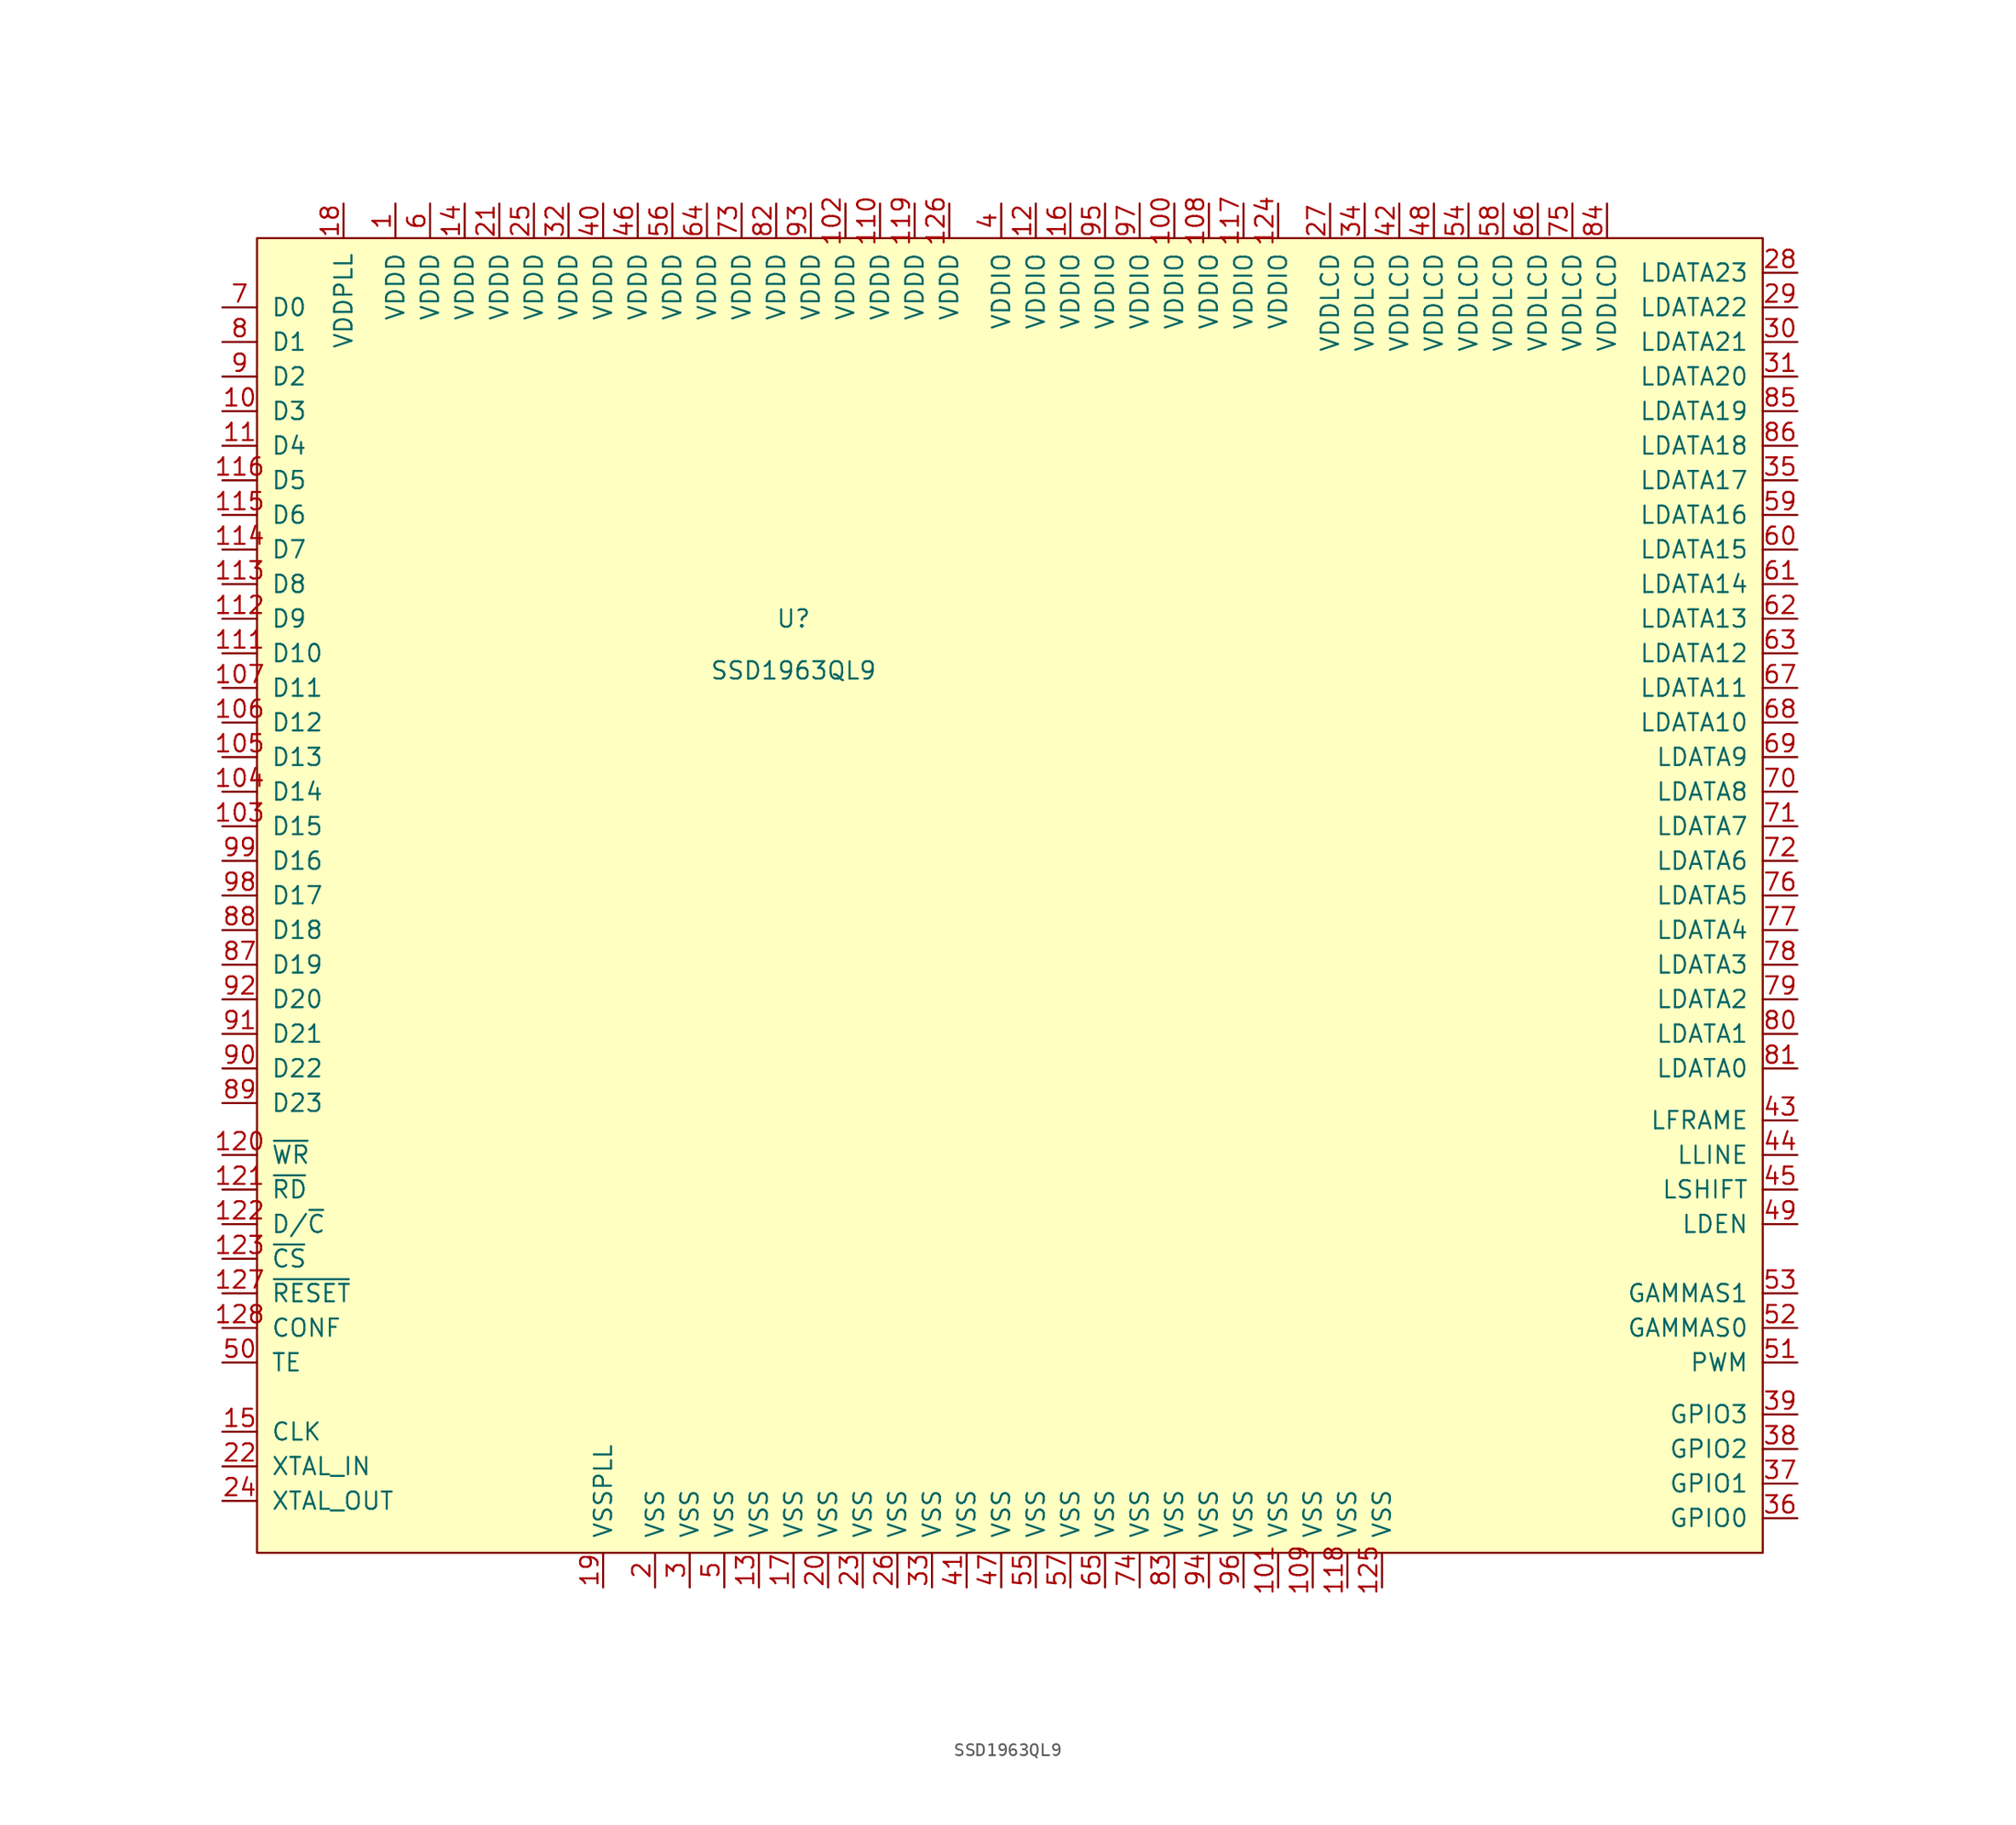
<source format=kicad_sym>
(kicad_symbol_lib
  (version 20231120)
  (generator "kicad_symbol_editor")
  (generator_version "8.0")
  (symbol "SSD1963QL9"
    (pin_names
      (offset 1.016))
    (property "Reference" "U"
      (at -12.7 16.51 0)
      (effects (font (size 1.27 1.27))))
    (property "Value" "SSD1963QL9"
      (at -12.7 12.7 0)
      (effects (font (size 1.27 1.27))))
    (symbol "SSD1963QL9_0_1"
      (rectangle (start -52.07 44.45) (end 58.42 -52.07) (stroke (width 0) (type default)) (fill (type background))))
    (symbol "SSD1963QL9_1_1"
      (pin power_in line (at -41.91 46.99 270) (length 2.54) (name "VDDD" (effects (font (size 1.27 1.27)))) (number "1" (effects (font (size 1.27 1.27)))))
      (pin input line (at -54.61 31.75 0) (length 2.54) (name "D3" (effects (font (size 1.27 1.27)))) (number "10" (effects (font (size 1.27 1.27)))))
      (pin power_in line (at 15.24 46.99 270) (length 2.54) (name "VDDIO" (effects (font (size 1.27 1.27)))) (number "100" (effects (font (size 1.27 1.27)))))
      (pin power_in line (at 22.86 -54.61 90) (length 2.54) (name "VSS" (effects (font (size 1.27 1.27)))) (number "101" (effects (font (size 1.27 1.27)))))
      (pin power_in line (at -8.89 46.99 270) (length 2.54) (name "VDDD" (effects (font (size 1.27 1.27)))) (number "102" (effects (font (size 1.27 1.27)))))
      (pin input line (at -54.61 1.27 0) (length 2.54) (name "D15" (effects (font (size 1.27 1.27)))) (number "103" (effects (font (size 1.27 1.27)))))
      (pin input line (at -54.61 3.81 0) (length 2.54) (name "D14" (effects (font (size 1.27 1.27)))) (number "104" (effects (font (size 1.27 1.27)))))
      (pin input line (at -54.61 6.35 0) (length 2.54) (name "D13" (effects (font (size 1.27 1.27)))) (number "105" (effects (font (size 1.27 1.27)))))
      (pin input line (at -54.61 8.89 0) (length 2.54) (name "D12" (effects (font (size 1.27 1.27)))) (number "106" (effects (font (size 1.27 1.27)))))
      (pin input line (at -54.61 11.43 0) (length 2.54) (name "D11" (effects (font (size 1.27 1.27)))) (number "107" (effects (font (size 1.27 1.27)))))
      (pin power_in line (at 17.78 46.99 270) (length 2.54) (name "VDDIO" (effects (font (size 1.27 1.27)))) (number "108" (effects (font (size 1.27 1.27)))))
      (pin power_in line (at 25.4 -54.61 90) (length 2.54) (name "VSS" (effects (font (size 1.27 1.27)))) (number "109" (effects (font (size 1.27 1.27)))))
      (pin input line (at -54.61 29.21 0) (length 2.54) (name "D4" (effects (font (size 1.27 1.27)))) (number "11" (effects (font (size 1.27 1.27)))))
      (pin power_in line (at -6.35 46.99 270) (length 2.54) (name "VDDD" (effects (font (size 1.27 1.27)))) (number "110" (effects (font (size 1.27 1.27)))))
      (pin input line (at -54.61 13.97 0) (length 2.54) (name "D10" (effects (font (size 1.27 1.27)))) (number "111" (effects (font (size 1.27 1.27)))))
      (pin input line (at -54.61 16.51 0) (length 2.54) (name "D9" (effects (font (size 1.27 1.27)))) (number "112" (effects (font (size 1.27 1.27)))))
      (pin input line (at -54.61 19.05 0) (length 2.54) (name "D8" (effects (font (size 1.27 1.27)))) (number "113" (effects (font (size 1.27 1.27)))))
      (pin input line (at -54.61 21.59 0) (length 2.54) (name "D7" (effects (font (size 1.27 1.27)))) (number "114" (effects (font (size 1.27 1.27)))))
      (pin input line (at -54.61 24.13 0) (length 2.54) (name "D6" (effects (font (size 1.27 1.27)))) (number "115" (effects (font (size 1.27 1.27)))))
      (pin input line (at -54.61 26.67 0) (length 2.54) (name "D5" (effects (font (size 1.27 1.27)))) (number "116" (effects (font (size 1.27 1.27)))))
      (pin power_in line (at 20.32 46.99 270) (length 2.54) (name "VDDIO" (effects (font (size 1.27 1.27)))) (number "117" (effects (font (size 1.27 1.27)))))
      (pin power_in line (at 27.94 -54.61 90) (length 2.54) (name "VSS" (effects (font (size 1.27 1.27)))) (number "118" (effects (font (size 1.27 1.27)))))
      (pin power_in line (at -3.81 46.99 270) (length 2.54) (name "VDDD" (effects (font (size 1.27 1.27)))) (number "119" (effects (font (size 1.27 1.27)))))
      (pin power_in line (at 5.08 46.99 270) (length 2.54) (name "VDDIO" (effects (font (size 1.27 1.27)))) (number "12" (effects (font (size 1.27 1.27)))))
      (pin input line (at -54.61 -22.86 0) (length 2.54) (name "~{WR}" (effects (font (size 1.27 1.27)))) (number "120" (effects (font (size 1.27 1.27)))))
      (pin input line (at -54.61 -25.4 0) (length 2.54) (name "~{RD}" (effects (font (size 1.27 1.27)))) (number "121" (effects (font (size 1.27 1.27)))))
      (pin input line (at -54.61 -27.94 0) (length 2.54) (name "D/~{C}" (effects (font (size 1.27 1.27)))) (number "122" (effects (font (size 1.27 1.27)))))
      (pin input line (at -54.61 -30.48 0) (length 2.54) (name "~{CS}" (effects (font (size 1.27 1.27)))) (number "123" (effects (font (size 1.27 1.27)))))
      (pin power_in line (at 22.86 46.99 270) (length 2.54) (name "VDDIO" (effects (font (size 1.27 1.27)))) (number "124" (effects (font (size 1.27 1.27)))))
      (pin power_in line (at 30.48 -54.61 90) (length 2.54) (name "VSS" (effects (font (size 1.27 1.27)))) (number "125" (effects (font (size 1.27 1.27)))))
      (pin power_in line (at -1.27 46.99 270) (length 2.54) (name "VDDD" (effects (font (size 1.27 1.27)))) (number "126" (effects (font (size 1.27 1.27)))))
      (pin input line (at -54.61 -33.02 0) (length 2.54) (name "~{RESET}" (effects (font (size 1.27 1.27)))) (number "127" (effects (font (size 1.27 1.27)))))
      (pin input line (at -54.61 -35.56 0) (length 2.54) (name "CONF" (effects (font (size 1.27 1.27)))) (number "128" (effects (font (size 1.27 1.27)))))
      (pin power_in line (at -15.24 -54.61 90) (length 2.54) (name "VSS" (effects (font (size 1.27 1.27)))) (number "13" (effects (font (size 1.27 1.27)))))
      (pin power_in line (at -36.83 46.99 270) (length 2.54) (name "VDDD" (effects (font (size 1.27 1.27)))) (number "14" (effects (font (size 1.27 1.27)))))
      (pin input line (at -54.61 -43.18 0) (length 2.54) (name "CLK" (effects (font (size 1.27 1.27)))) (number "15" (effects (font (size 1.27 1.27)))))
      (pin power_in line (at 7.62 46.99 270) (length 2.54) (name "VDDIO" (effects (font (size 1.27 1.27)))) (number "16" (effects (font (size 1.27 1.27)))))
      (pin power_in line (at -12.7 -54.61 90) (length 2.54) (name "VSS" (effects (font (size 1.27 1.27)))) (number "17" (effects (font (size 1.27 1.27)))))
      (pin power_in line (at -45.72 46.99 270) (length 2.54) (name "VDDPLL" (effects (font (size 1.27 1.27)))) (number "18" (effects (font (size 1.27 1.27)))))
      (pin power_in line (at -26.67 -54.61 90) (length 2.54) (name "VSSPLL" (effects (font (size 1.27 1.27)))) (number "19" (effects (font (size 1.27 1.27)))))
      (pin power_in line (at -22.86 -54.61 90) (length 2.54) (name "VSS" (effects (font (size 1.27 1.27)))) (number "2" (effects (font (size 1.27 1.27)))))
      (pin power_in line (at -10.16 -54.61 90) (length 2.54) (name "VSS" (effects (font (size 1.27 1.27)))) (number "20" (effects (font (size 1.27 1.27)))))
      (pin power_in line (at -34.29 46.99 270) (length 2.54) (name "VDDD" (effects (font (size 1.27 1.27)))) (number "21" (effects (font (size 1.27 1.27)))))
      (pin input line (at -54.61 -45.72 0) (length 2.54) (name "XTAL_IN" (effects (font (size 1.27 1.27)))) (number "22" (effects (font (size 1.27 1.27)))))
      (pin power_in line (at -7.62 -54.61 90) (length 2.54) (name "VSS" (effects (font (size 1.27 1.27)))) (number "23" (effects (font (size 1.27 1.27)))))
      (pin input line (at -54.61 -48.26 0) (length 2.54) (name "XTAL_OUT" (effects (font (size 1.27 1.27)))) (number "24" (effects (font (size 1.27 1.27)))))
      (pin power_in line (at -31.75 46.99 270) (length 2.54) (name "VDDD" (effects (font (size 1.27 1.27)))) (number "25" (effects (font (size 1.27 1.27)))))
      (pin power_in line (at -5.08 -54.61 90) (length 2.54) (name "VSS" (effects (font (size 1.27 1.27)))) (number "26" (effects (font (size 1.27 1.27)))))
      (pin power_in line (at 26.67 46.99 270) (length 2.54) (name "VDDLCD" (effects (font (size 1.27 1.27)))) (number "27" (effects (font (size 1.27 1.27)))))
      (pin input line (at 60.96 41.91 180) (length 2.54) (name "LDATA23" (effects (font (size 1.27 1.27)))) (number "28" (effects (font (size 1.27 1.27)))))
      (pin input line (at 60.96 39.37 180) (length 2.54) (name "LDATA22" (effects (font (size 1.27 1.27)))) (number "29" (effects (font (size 1.27 1.27)))))
      (pin power_in line (at -20.32 -54.61 90) (length 2.54) (name "VSS" (effects (font (size 1.27 1.27)))) (number "3" (effects (font (size 1.27 1.27)))))
      (pin input line (at 60.96 36.83 180) (length 2.54) (name "LDATA21" (effects (font (size 1.27 1.27)))) (number "30" (effects (font (size 1.27 1.27)))))
      (pin input line (at 60.96 34.29 180) (length 2.54) (name "LDATA20" (effects (font (size 1.27 1.27)))) (number "31" (effects (font (size 1.27 1.27)))))
      (pin power_in line (at -29.21 46.99 270) (length 2.54) (name "VDDD" (effects (font (size 1.27 1.27)))) (number "32" (effects (font (size 1.27 1.27)))))
      (pin power_in line (at -2.54 -54.61 90) (length 2.54) (name "VSS" (effects (font (size 1.27 1.27)))) (number "33" (effects (font (size 1.27 1.27)))))
      (pin power_in line (at 29.21 46.99 270) (length 2.54) (name "VDDLCD" (effects (font (size 1.27 1.27)))) (number "34" (effects (font (size 1.27 1.27)))))
      (pin input line (at 60.96 26.67 180) (length 2.54) (name "LDATA17" (effects (font (size 1.27 1.27)))) (number "35" (effects (font (size 1.27 1.27)))))
      (pin input line (at 60.96 -49.53 180) (length 2.54) (name "GPIO0" (effects (font (size 1.27 1.27)))) (number "36" (effects (font (size 1.27 1.27)))))
      (pin input line (at 60.96 -46.99 180) (length 2.54) (name "GPIO1" (effects (font (size 1.27 1.27)))) (number "37" (effects (font (size 1.27 1.27)))))
      (pin input line (at 60.96 -44.45 180) (length 2.54) (name "GPIO2" (effects (font (size 1.27 1.27)))) (number "38" (effects (font (size 1.27 1.27)))))
      (pin input line (at 60.96 -41.91 180) (length 2.54) (name "GPIO3" (effects (font (size 1.27 1.27)))) (number "39" (effects (font (size 1.27 1.27)))))
      (pin power_in line (at 2.54 46.99 270) (length 2.54) (name "VDDIO" (effects (font (size 1.27 1.27)))) (number "4" (effects (font (size 1.27 1.27)))))
      (pin power_in line (at -26.67 46.99 270) (length 2.54) (name "VDDD" (effects (font (size 1.27 1.27)))) (number "40" (effects (font (size 1.27 1.27)))))
      (pin power_in line (at 0 -54.61 90) (length 2.54) (name "VSS" (effects (font (size 1.27 1.27)))) (number "41" (effects (font (size 1.27 1.27)))))
      (pin power_in line (at 31.75 46.99 270) (length 2.54) (name "VDDLCD" (effects (font (size 1.27 1.27)))) (number "42" (effects (font (size 1.27 1.27)))))
      (pin input line (at 60.96 -20.32 180) (length 2.54) (name "LFRAME" (effects (font (size 1.27 1.27)))) (number "43" (effects (font (size 1.27 1.27)))))
      (pin input line (at 60.96 -22.86 180) (length 2.54) (name "LLINE" (effects (font (size 1.27 1.27)))) (number "44" (effects (font (size 1.27 1.27)))))
      (pin input line (at 60.96 -25.4 180) (length 2.54) (name "LSHIFT" (effects (font (size 1.27 1.27)))) (number "45" (effects (font (size 1.27 1.27)))))
      (pin power_in line (at -24.13 46.99 270) (length 2.54) (name "VDDD" (effects (font (size 1.27 1.27)))) (number "46" (effects (font (size 1.27 1.27)))))
      (pin power_in line (at 2.54 -54.61 90) (length 2.54) (name "VSS" (effects (font (size 1.27 1.27)))) (number "47" (effects (font (size 1.27 1.27)))))
      (pin power_in line (at 34.29 46.99 270) (length 2.54) (name "VDDLCD" (effects (font (size 1.27 1.27)))) (number "48" (effects (font (size 1.27 1.27)))))
      (pin input line (at 60.96 -27.94 180) (length 2.54) (name "LDEN" (effects (font (size 1.27 1.27)))) (number "49" (effects (font (size 1.27 1.27)))))
      (pin power_in line (at -17.78 -54.61 90) (length 2.54) (name "VSS" (effects (font (size 1.27 1.27)))) (number "5" (effects (font (size 1.27 1.27)))))
      (pin input line (at -54.61 -38.1 0) (length 2.54) (name "TE" (effects (font (size 1.27 1.27)))) (number "50" (effects (font (size 1.27 1.27)))))
      (pin input line (at 60.96 -38.1 180) (length 2.54) (name "PWM" (effects (font (size 1.27 1.27)))) (number "51" (effects (font (size 1.27 1.27)))))
      (pin input line (at 60.96 -35.56 180) (length 2.54) (name "GAMMAS0" (effects (font (size 1.27 1.27)))) (number "52" (effects (font (size 1.27 1.27)))))
      (pin input line (at 60.96 -33.02 180) (length 2.54) (name "GAMMAS1" (effects (font (size 1.27 1.27)))) (number "53" (effects (font (size 1.27 1.27)))))
      (pin power_in line (at 36.83 46.99 270) (length 2.54) (name "VDDLCD" (effects (font (size 1.27 1.27)))) (number "54" (effects (font (size 1.27 1.27)))))
      (pin power_in line (at 5.08 -54.61 90) (length 2.54) (name "VSS" (effects (font (size 1.27 1.27)))) (number "55" (effects (font (size 1.27 1.27)))))
      (pin power_in line (at -21.59 46.99 270) (length 2.54) (name "VDDD" (effects (font (size 1.27 1.27)))) (number "56" (effects (font (size 1.27 1.27)))))
      (pin power_in line (at 7.62 -54.61 90) (length 2.54) (name "VSS" (effects (font (size 1.27 1.27)))) (number "57" (effects (font (size 1.27 1.27)))))
      (pin power_in line (at 39.37 46.99 270) (length 2.54) (name "VDDLCD" (effects (font (size 1.27 1.27)))) (number "58" (effects (font (size 1.27 1.27)))))
      (pin input line (at 60.96 24.13 180) (length 2.54) (name "LDATA16" (effects (font (size 1.27 1.27)))) (number "59" (effects (font (size 1.27 1.27)))))
      (pin power_in line (at -39.37 46.99 270) (length 2.54) (name "VDDD" (effects (font (size 1.27 1.27)))) (number "6" (effects (font (size 1.27 1.27)))))
      (pin input line (at 60.96 21.59 180) (length 2.54) (name "LDATA15" (effects (font (size 1.27 1.27)))) (number "60" (effects (font (size 1.27 1.27)))))
      (pin input line (at 60.96 19.05 180) (length 2.54) (name "LDATA14" (effects (font (size 1.27 1.27)))) (number "61" (effects (font (size 1.27 1.27)))))
      (pin input line (at 60.96 16.51 180) (length 2.54) (name "LDATA13" (effects (font (size 1.27 1.27)))) (number "62" (effects (font (size 1.27 1.27)))))
      (pin input line (at 60.96 13.97 180) (length 2.54) (name "LDATA12" (effects (font (size 1.27 1.27)))) (number "63" (effects (font (size 1.27 1.27)))))
      (pin power_in line (at -19.05 46.99 270) (length 2.54) (name "VDDD" (effects (font (size 1.27 1.27)))) (number "64" (effects (font (size 1.27 1.27)))))
      (pin power_in line (at 10.16 -54.61 90) (length 2.54) (name "VSS" (effects (font (size 1.27 1.27)))) (number "65" (effects (font (size 1.27 1.27)))))
      (pin power_in line (at 41.91 46.99 270) (length 2.54) (name "VDDLCD" (effects (font (size 1.27 1.27)))) (number "66" (effects (font (size 1.27 1.27)))))
      (pin input line (at 60.96 11.43 180) (length 2.54) (name "LDATA11" (effects (font (size 1.27 1.27)))) (number "67" (effects (font (size 1.27 1.27)))))
      (pin input line (at 60.96 8.89 180) (length 2.54) (name "LDATA10" (effects (font (size 1.27 1.27)))) (number "68" (effects (font (size 1.27 1.27)))))
      (pin input line (at 60.96 6.35 180) (length 2.54) (name "LDATA9" (effects (font (size 1.27 1.27)))) (number "69" (effects (font (size 1.27 1.27)))))
      (pin input line (at -54.61 39.37 0) (length 2.54) (name "D0" (effects (font (size 1.27 1.27)))) (number "7" (effects (font (size 1.27 1.27)))))
      (pin input line (at 60.96 3.81 180) (length 2.54) (name "LDATA8" (effects (font (size 1.27 1.27)))) (number "70" (effects (font (size 1.27 1.27)))))
      (pin input line (at 60.96 1.27 180) (length 2.54) (name "LDATA7" (effects (font (size 1.27 1.27)))) (number "71" (effects (font (size 1.27 1.27)))))
      (pin input line (at 60.96 -1.27 180) (length 2.54) (name "LDATA6" (effects (font (size 1.27 1.27)))) (number "72" (effects (font (size 1.27 1.27)))))
      (pin power_in line (at -16.51 46.99 270) (length 2.54) (name "VDDD" (effects (font (size 1.27 1.27)))) (number "73" (effects (font (size 1.27 1.27)))))
      (pin power_in line (at 12.7 -54.61 90) (length 2.54) (name "VSS" (effects (font (size 1.27 1.27)))) (number "74" (effects (font (size 1.27 1.27)))))
      (pin power_in line (at 44.45 46.99 270) (length 2.54) (name "VDDLCD" (effects (font (size 1.27 1.27)))) (number "75" (effects (font (size 1.27 1.27)))))
      (pin input line (at 60.96 -3.81 180) (length 2.54) (name "LDATA5" (effects (font (size 1.27 1.27)))) (number "76" (effects (font (size 1.27 1.27)))))
      (pin input line (at 60.96 -6.35 180) (length 2.54) (name "LDATA4" (effects (font (size 1.27 1.27)))) (number "77" (effects (font (size 1.27 1.27)))))
      (pin input line (at 60.96 -8.89 180) (length 2.54) (name "LDATA3" (effects (font (size 1.27 1.27)))) (number "78" (effects (font (size 1.27 1.27)))))
      (pin input line (at 60.96 -11.43 180) (length 2.54) (name "LDATA2" (effects (font (size 1.27 1.27)))) (number "79" (effects (font (size 1.27 1.27)))))
      (pin input line (at -54.61 36.83 0) (length 2.54) (name "D1" (effects (font (size 1.27 1.27)))) (number "8" (effects (font (size 1.27 1.27)))))
      (pin input line (at 60.96 -13.97 180) (length 2.54) (name "LDATA1" (effects (font (size 1.27 1.27)))) (number "80" (effects (font (size 1.27 1.27)))))
      (pin input line (at 60.96 -16.51 180) (length 2.54) (name "LDATA0" (effects (font (size 1.27 1.27)))) (number "81" (effects (font (size 1.27 1.27)))))
      (pin power_in line (at -13.97 46.99 270) (length 2.54) (name "VDDD" (effects (font (size 1.27 1.27)))) (number "82" (effects (font (size 1.27 1.27)))))
      (pin power_in line (at 15.24 -54.61 90) (length 2.54) (name "VSS" (effects (font (size 1.27 1.27)))) (number "83" (effects (font (size 1.27 1.27)))))
      (pin power_in line (at 46.99 46.99 270) (length 2.54) (name "VDDLCD" (effects (font (size 1.27 1.27)))) (number "84" (effects (font (size 1.27 1.27)))))
      (pin input line (at 60.96 31.75 180) (length 2.54) (name "LDATA19" (effects (font (size 1.27 1.27)))) (number "85" (effects (font (size 1.27 1.27)))))
      (pin input line (at 60.96 29.21 180) (length 2.54) (name "LDATA18" (effects (font (size 1.27 1.27)))) (number "86" (effects (font (size 1.27 1.27)))))
      (pin input line (at -54.61 -8.89 0) (length 2.54) (name "D19" (effects (font (size 1.27 1.27)))) (number "87" (effects (font (size 1.27 1.27)))))
      (pin input line (at -54.61 -6.35 0) (length 2.54) (name "D18" (effects (font (size 1.27 1.27)))) (number "88" (effects (font (size 1.27 1.27)))))
      (pin input line (at -54.61 -19.05 0) (length 2.54) (name "D23" (effects (font (size 1.27 1.27)))) (number "89" (effects (font (size 1.27 1.27)))))
      (pin input line (at -54.61 34.29 0) (length 2.54) (name "D2" (effects (font (size 1.27 1.27)))) (number "9" (effects (font (size 1.27 1.27)))))
      (pin input line (at -54.61 -16.51 0) (length 2.54) (name "D22" (effects (font (size 1.27 1.27)))) (number "90" (effects (font (size 1.27 1.27)))))
      (pin input line (at -54.61 -13.97 0) (length 2.54) (name "D21" (effects (font (size 1.27 1.27)))) (number "91" (effects (font (size 1.27 1.27)))))
      (pin input line (at -54.61 -11.43 0) (length 2.54) (name "D20" (effects (font (size 1.27 1.27)))) (number "92" (effects (font (size 1.27 1.27)))))
      (pin power_in line (at -11.43 46.99 270) (length 2.54) (name "VDDD" (effects (font (size 1.27 1.27)))) (number "93" (effects (font (size 1.27 1.27)))))
      (pin power_in line (at 17.78 -54.61 90) (length 2.54) (name "VSS" (effects (font (size 1.27 1.27)))) (number "94" (effects (font (size 1.27 1.27)))))
      (pin power_in line (at 10.16 46.99 270) (length 2.54) (name "VDDIO" (effects (font (size 1.27 1.27)))) (number "95" (effects (font (size 1.27 1.27)))))
      (pin power_in line (at 20.32 -54.61 90) (length 2.54) (name "VSS" (effects (font (size 1.27 1.27)))) (number "96" (effects (font (size 1.27 1.27)))))
      (pin power_in line (at 12.7 46.99 270) (length 2.54) (name "VDDIO" (effects (font (size 1.27 1.27)))) (number "97" (effects (font (size 1.27 1.27)))))
      (pin input line (at -54.61 -3.81 0) (length 2.54) (name "D17" (effects (font (size 1.27 1.27)))) (number "98" (effects (font (size 1.27 1.27)))))
      (pin input line (at -54.61 -1.27 0) (length 2.54) (name "D16" (effects (font (size 1.27 1.27)))) (number "99" (effects (font (size 1.27 1.27))))))))
</source>
